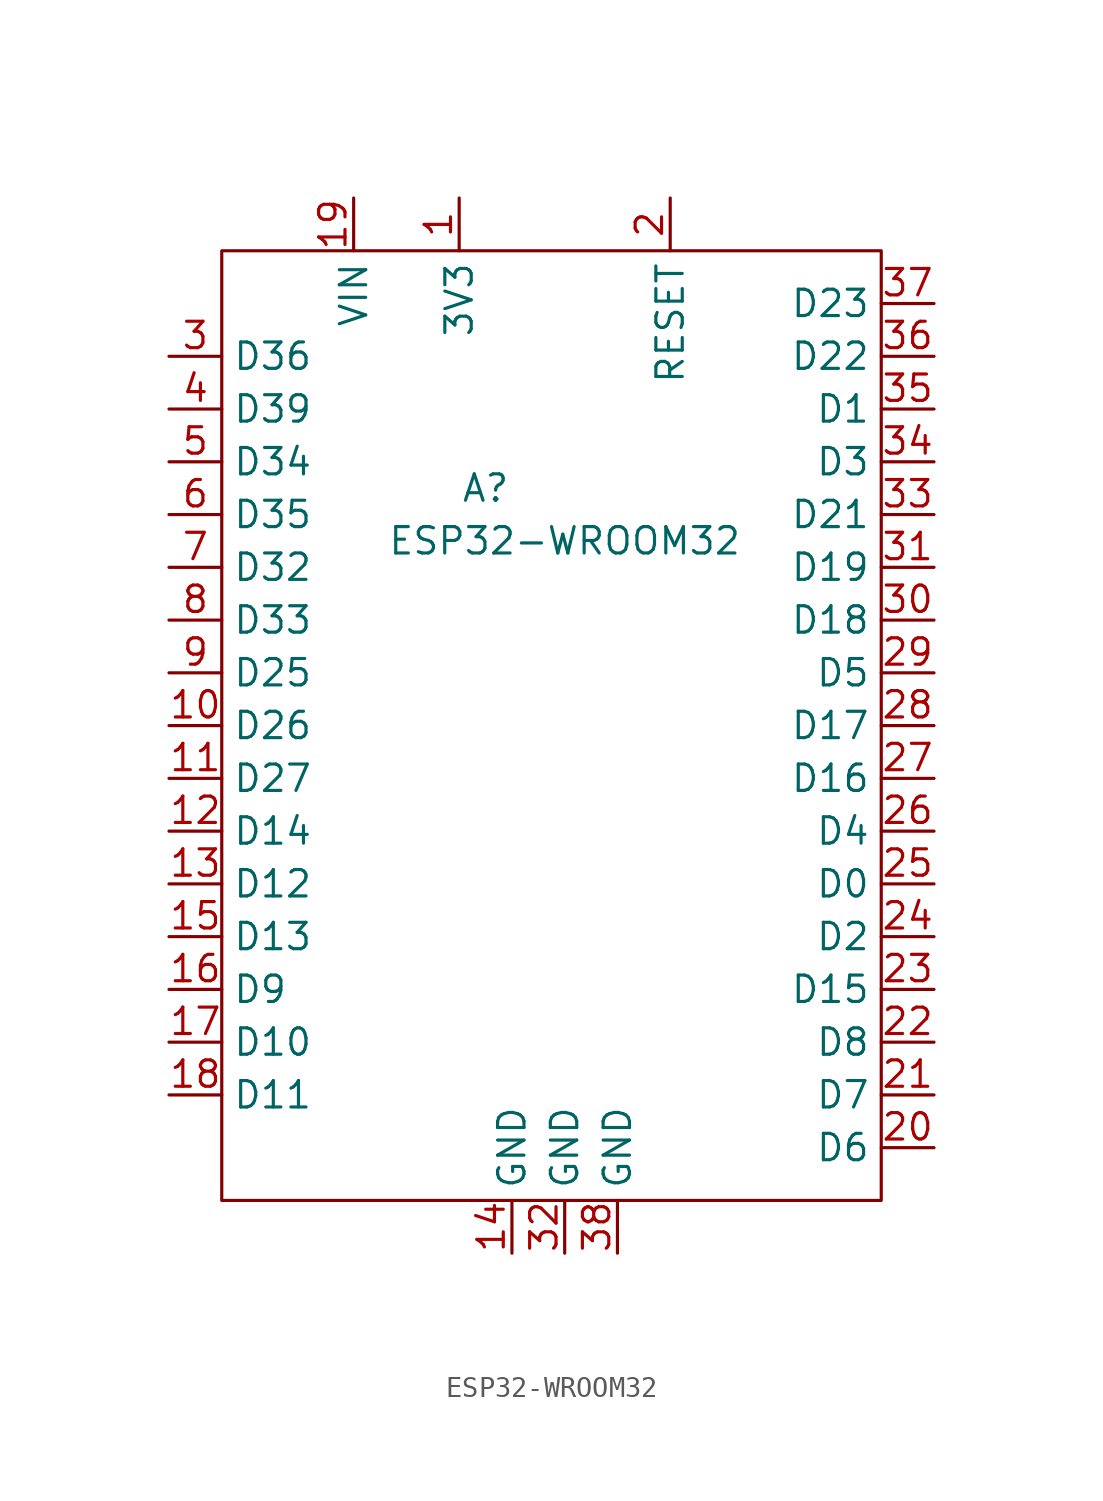
<source format=kicad_sym>
(kicad_symbol_lib
  (version 20211014)
  (generator kicad_symbol_editor)
  (symbol "ESP32-WROOM32"
    (property "Reference" "A"
      (at 12.7 -11.43 0)
      (effects (font (size 1.27 1.27))))
    (property "Value" "ESP32-WROOM32"
      (at 16.51 -13.97 0)
      (effects (font (size 1.27 1.27))))
    (symbol "ESP32-WROOM32_0_0"
      (pin power_out line (at 11.43 2.54 270) (length 2.54) (name "3V3" (effects (font (size 1.27 1.27)))) (number "1" (effects (font (size 1.27 1.27)))))
      (pin bidirectional line (at -2.54 -22.86 0) (length 2.54) (name "D26" (effects (font (size 1.27 1.27)))) (number "10" (effects (font (size 1.27 1.27)))) (alternate "ADC19" bidirectional line) (alternate "DAC2" bidirectional line))
      (pin bidirectional line (at -2.54 -25.4 0) (length 2.54) (name "D27" (effects (font (size 1.27 1.27)))) (number "11" (effects (font (size 1.27 1.27)))) (alternate "ADC17" bidirectional line) (alternate "T7" bidirectional line))
      (pin bidirectional line (at -2.54 -27.94 0) (length 2.54) (name "D14" (effects (font (size 1.27 1.27)))) (number "12" (effects (font (size 1.27 1.27)))) (alternate "ADC16" bidirectional line) (alternate "T6" bidirectional line))
      (pin bidirectional line (at -2.54 -30.48 0) (length 2.54) (name "D12" (effects (font (size 1.27 1.27)))) (number "13" (effects (font (size 1.27 1.27)))) (alternate "ADC15" bidirectional line) (alternate "T5" bidirectional line))
      (pin power_in line (at 13.97 -48.26 90) (length 2.54) (name "GND" (effects (font (size 1.27 1.27)))) (number "14" (effects (font (size 1.27 1.27)))))
      (pin bidirectional line (at -2.54 -33.02 0) (length 2.54) (name "D13" (effects (font (size 1.27 1.27)))) (number "15" (effects (font (size 1.27 1.27)))) (alternate "ADC14" bidirectional line) (alternate "T4" bidirectional line))
      (pin bidirectional line (at -2.54 -35.56 0) (length 2.54) (name "D9" (effects (font (size 1.27 1.27)))) (number "16" (effects (font (size 1.27 1.27)))) (alternate "F-D2" bidirectional line) (alternate "UART1-TX" bidirectional line))
      (pin bidirectional line (at -2.54 -38.1 0) (length 2.54) (name "D10" (effects (font (size 1.27 1.27)))) (number "17" (effects (font (size 1.27 1.27)))) (alternate "F-D3" bidirectional line) (alternate "UART1-RX" bidirectional line))
      (pin bidirectional line (at -2.54 -40.64 0) (length 2.54) (name "D11" (effects (font (size 1.27 1.27)))) (number "18" (effects (font (size 1.27 1.27)))) (alternate "F-CMD" bidirectional line))
      (pin power_in line (at 6.35 2.54 270) (length 2.54) (name "VIN" (effects (font (size 1.27 1.27)))) (number "19" (effects (font (size 1.27 1.27)))))
      (pin input line (at 21.59 2.54 270) (length 2.54) (name "RESET" (effects (font (size 1.27 1.27)))) (number "2" (effects (font (size 1.27 1.27)))))
      (pin bidirectional line (at 34.29 -43.18 180) (length 2.54) (name "D6" (effects (font (size 1.27 1.27)))) (number "20" (effects (font (size 1.27 1.27)))) (alternate "F-CK" bidirectional line))
      (pin bidirectional line (at 34.29 -40.64 180) (length 2.54) (name "D7" (effects (font (size 1.27 1.27)))) (number "21" (effects (font (size 1.27 1.27)))) (alternate "F-D0" bidirectional line))
      (pin bidirectional line (at 34.29 -38.1 180) (length 2.54) (name "D8" (effects (font (size 1.27 1.27)))) (number "22" (effects (font (size 1.27 1.27)))) (alternate "F-D1" bidirectional line))
      (pin bidirectional line (at 34.29 -35.56 180) (length 2.54) (name "D15" (effects (font (size 1.27 1.27)))) (number "23" (effects (font (size 1.27 1.27)))) (alternate "ADC13" bidirectional line) (alternate "T3" bidirectional line))
      (pin bidirectional line (at 34.29 -33.02 180) (length 2.54) (name "D2" (effects (font (size 1.27 1.27)))) (number "24" (effects (font (size 1.27 1.27)))) (alternate "ADC12" bidirectional line) (alternate "T2" bidirectional line))
      (pin bidirectional line (at 34.29 -30.48 180) (length 2.54) (name "D0" (effects (font (size 1.27 1.27)))) (number "25" (effects (font (size 1.27 1.27)))) (alternate "ADC11" bidirectional line) (alternate "T1" bidirectional line))
      (pin bidirectional line (at 34.29 -27.94 180) (length 2.54) (name "D4" (effects (font (size 1.27 1.27)))) (number "26" (effects (font (size 1.27 1.27)))) (alternate "ADC10" bidirectional line) (alternate "T0" bidirectional line))
      (pin bidirectional line (at 34.29 -25.4 180) (length 2.54) (name "D16" (effects (font (size 1.27 1.27)))) (number "27" (effects (font (size 1.27 1.27)))) (alternate "UART2-RX" bidirectional line))
      (pin bidirectional line (at 34.29 -22.86 180) (length 2.54) (name "D17" (effects (font (size 1.27 1.27)))) (number "28" (effects (font (size 1.27 1.27)))) (alternate "UART2-TX" bidirectional line))
      (pin bidirectional line (at 34.29 -20.32 180) (length 2.54) (name "D5" (effects (font (size 1.27 1.27)))) (number "29" (effects (font (size 1.27 1.27)))) (alternate "SPI-CS" bidirectional line))
      (pin bidirectional line (at -2.54 -5.08 0) (length 2.54) (name "D36" (effects (font (size 1.27 1.27)))) (number "3" (effects (font (size 1.27 1.27)))) (alternate "ADC0" input line))
      (pin bidirectional line (at 34.29 -17.78 180) (length 2.54) (name "D18" (effects (font (size 1.27 1.27)))) (number "30" (effects (font (size 1.27 1.27)))) (alternate "SPI-SCLK" bidirectional line))
      (pin bidirectional line (at 34.29 -15.24 180) (length 2.54) (name "D19" (effects (font (size 1.27 1.27)))) (number "31" (effects (font (size 1.27 1.27)))) (alternate "SPI-CIPO" bidirectional line))
      (pin power_in line (at 16.51 -48.26 90) (length 2.54) (name "GND" (effects (font (size 1.27 1.27)))) (number "32" (effects (font (size 1.27 1.27)))))
      (pin bidirectional line (at 34.29 -12.7 180) (length 2.54) (name "D21" (effects (font (size 1.27 1.27)))) (number "33" (effects (font (size 1.27 1.27)))) (alternate "I2C-SDA" bidirectional line))
      (pin bidirectional line (at 34.29 -10.16 180) (length 2.54) (name "D3" (effects (font (size 1.27 1.27)))) (number "34" (effects (font (size 1.27 1.27)))) (alternate "UART0-RX" bidirectional line))
      (pin bidirectional line (at 34.29 -7.62 180) (length 2.54) (name "D1" (effects (font (size 1.27 1.27)))) (number "35" (effects (font (size 1.27 1.27)))) (alternate "UART0-TX" bidirectional line))
      (pin bidirectional line (at 34.29 -5.08 180) (length 2.54) (name "D22" (effects (font (size 1.27 1.27)))) (number "36" (effects (font (size 1.27 1.27)))) (alternate "I2C-SCLK" bidirectional line))
      (pin bidirectional line (at 34.29 -2.54 180) (length 2.54) (name "D23" (effects (font (size 1.27 1.27)))) (number "37" (effects (font (size 1.27 1.27)))) (alternate "SPI-COPI" bidirectional line))
      (pin power_in line (at 19.05 -48.26 90) (length 2.54) (name "GND" (effects (font (size 1.27 1.27)))) (number "38" (effects (font (size 1.27 1.27)))))
      (pin bidirectional line (at -2.54 -7.62 0) (length 2.54) (name "D39" (effects (font (size 1.27 1.27)))) (number "4" (effects (font (size 1.27 1.27)))) (alternate "ADC3" bidirectional line))
      (pin bidirectional line (at -2.54 -10.16 0) (length 2.54) (name "D34" (effects (font (size 1.27 1.27)))) (number "5" (effects (font (size 1.27 1.27)))) (alternate "ADC6" bidirectional line))
      (pin bidirectional line (at -2.54 -12.7 0) (length 2.54) (name "D35" (effects (font (size 1.27 1.27)))) (number "6" (effects (font (size 1.27 1.27)))) (alternate "ADC7" bidirectional line))
      (pin bidirectional line (at -2.54 -15.24 0) (length 2.54) (name "D32" (effects (font (size 1.27 1.27)))) (number "7" (effects (font (size 1.27 1.27)))) (alternate "ADC4" bidirectional line) (alternate "T9" bidirectional line))
      (pin bidirectional line (at -2.54 -17.78 0) (length 2.54) (name "D33" (effects (font (size 1.27 1.27)))) (number "8" (effects (font (size 1.27 1.27)))) (alternate "ADC5" bidirectional line) (alternate "T8" bidirectional line))
      (pin bidirectional line (at -2.54 -20.32 0) (length 2.54) (name "D25" (effects (font (size 1.27 1.27)))) (number "9" (effects (font (size 1.27 1.27)))) (alternate "ADC18" bidirectional line) (alternate "DAC1" bidirectional line)))
    (symbol "ESP32-WROOM32_0_1"
      (rectangle (start 0 0) (end 31.75 -45.72) (stroke (width 0) (type default) (color 0 0 0 0)) (fill (type none))))))
</source>
